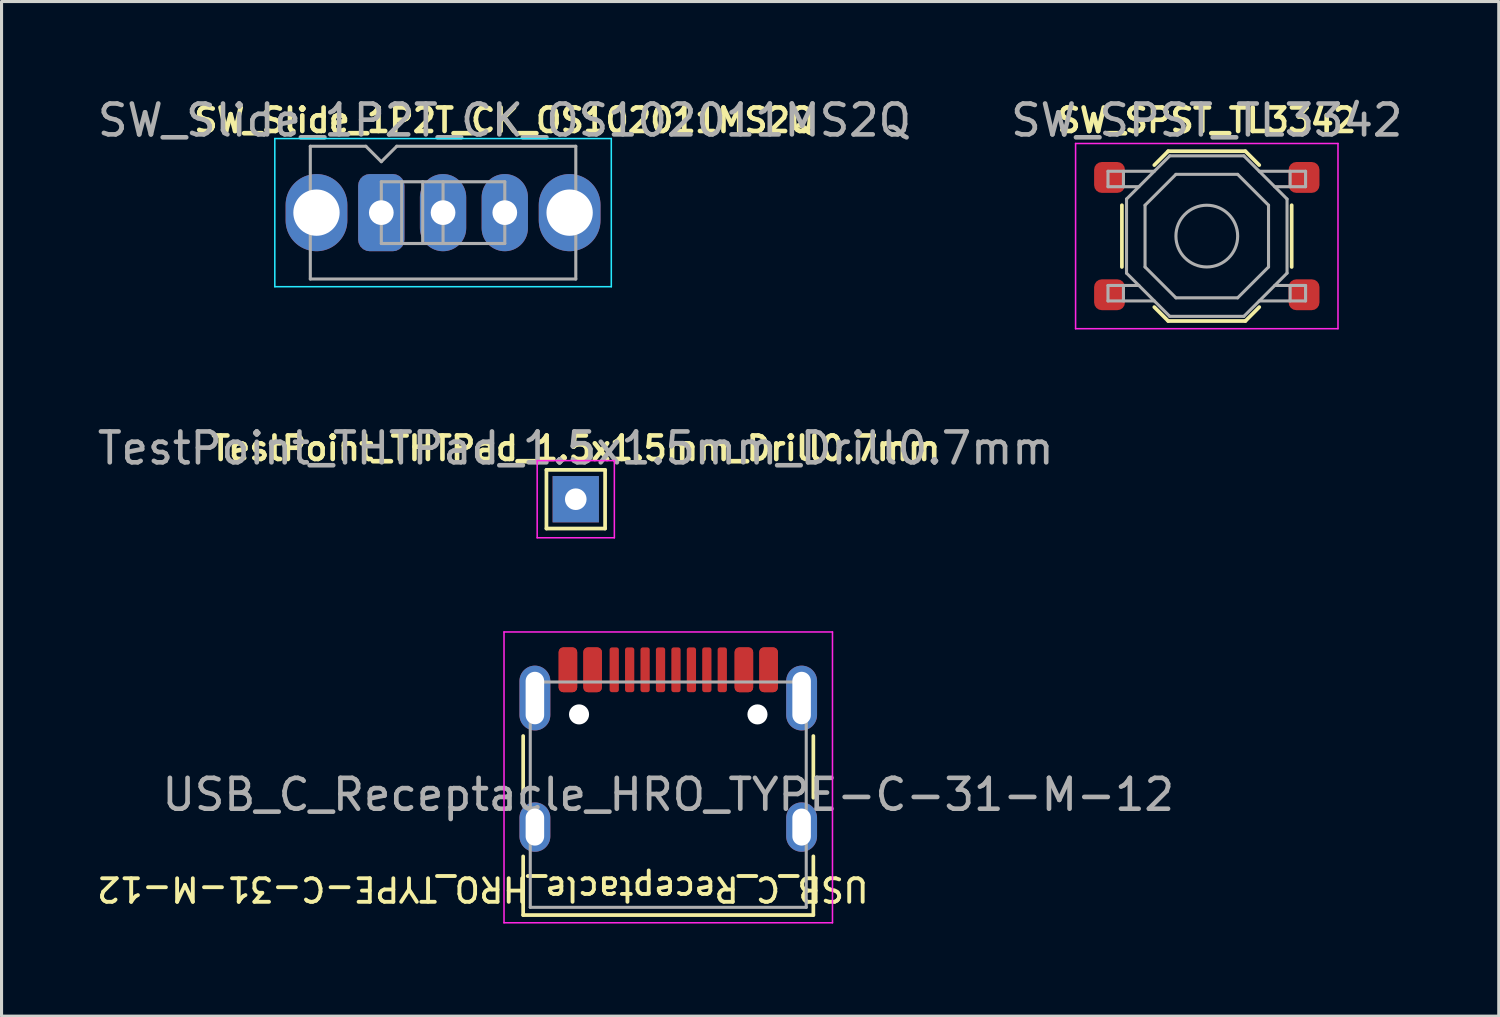
<source format=kicad_pcb>
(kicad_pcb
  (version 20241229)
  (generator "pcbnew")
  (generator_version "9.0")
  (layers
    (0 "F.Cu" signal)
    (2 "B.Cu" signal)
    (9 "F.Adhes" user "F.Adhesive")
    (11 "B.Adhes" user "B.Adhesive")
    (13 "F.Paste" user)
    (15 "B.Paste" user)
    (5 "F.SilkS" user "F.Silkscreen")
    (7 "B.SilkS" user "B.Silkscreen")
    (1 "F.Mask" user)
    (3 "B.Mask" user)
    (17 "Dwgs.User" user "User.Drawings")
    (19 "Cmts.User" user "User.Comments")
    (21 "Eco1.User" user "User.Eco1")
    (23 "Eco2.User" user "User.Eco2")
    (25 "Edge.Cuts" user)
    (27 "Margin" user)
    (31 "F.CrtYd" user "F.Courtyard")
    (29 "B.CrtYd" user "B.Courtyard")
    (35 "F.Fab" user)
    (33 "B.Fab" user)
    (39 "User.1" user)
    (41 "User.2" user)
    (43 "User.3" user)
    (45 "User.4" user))
  (footprint "SW_Slide_1P2T_CK_OS102011MS2Q"
    (layer "F.Cu")
    (at 9.302 3.838)
    (property "Reference" "SW_Slide_1P2T_CK_OS102011MS2Q" (at 3.99 -2.99 180) (layer "F.SilkS") (effects (font (size 0.762 0.762) (thickness 0.15))))
    (attr through_hole)
    (fp_line (start -3.45 -2.4) (end 7.45 -2.4) (stroke (width 0.05) (type solid)) (layer "B.CrtYd"))
    (fp_line (start -3.45 2.4) (end -3.45 -2.4) (stroke (width 0.05) (type solid)) (layer "B.CrtYd"))
    (fp_line (start 7.45 -2.4) (end 7.45 2.4) (stroke (width 0.05) (type solid)) (layer "B.CrtYd"))
    (fp_line (start 7.45 2.4) (end -3.45 2.4) (stroke (width 0.05) (type solid)) (layer "B.CrtYd"))
    (fp_line (start -2.3 -2.15) (end -0.5 -2.15) (stroke (width 0.1) (type solid)) (layer "F.Fab"))
    (fp_line (start -2.3 2.15) (end -2.3 -2.15) (stroke (width 0.1) (type solid)) (layer "F.Fab"))
    (fp_line (start -0.5 -2.15) (end 0 -1.65) (stroke (width 0.1) (type solid)) (layer "F.Fab"))
    (fp_line (start 0 -1.65) (end 0.5 -2.15) (stroke (width 0.1) (type solid)) (layer "F.Fab"))
    (fp_line (start 0 -1) (end 0 1) (stroke (width 0.1) (type solid)) (layer "F.Fab"))
    (fp_line (start 0 -1) (end 4 -1) (stroke (width 0.1) (type solid)) (layer "F.Fab"))
    (fp_line (start 0 1) (end 4 1) (stroke (width 0.1) (type solid)) (layer "F.Fab"))
    (fp_line (start 0.5 -2.15) (end 6.3 -2.15) (stroke (width 0.1) (type solid)) (layer "F.Fab"))
    (fp_line (start 0.66 -1) (end 0.66 1) (stroke (width 0.1) (type solid)) (layer "F.Fab"))
    (fp_line (start 1.34 -1) (end 1.34 1) (stroke (width 0.1) (type solid)) (layer "F.Fab"))
    (fp_line (start 2 -1) (end 2 1) (stroke (width 0.1) (type solid)) (layer "F.Fab"))
    (fp_line (start 4 -1) (end 4 1) (stroke (width 0.1) (type solid)) (layer "F.Fab"))
    (fp_line (start 6.3 -2.15) (end 6.3 2.15) (stroke (width 0.1) (type solid)) (layer "F.Fab"))
    (fp_line (start 6.3 2.15) (end -2.3 2.15) (stroke (width 0.1) (type solid)) (layer "F.Fab"))
    (fp_text user "${REFERENCE}" (at 3.99 -2.99 180) (layer "F.Fab") (effects (font (size 1 1) (thickness 0.15))))
    (pad "" thru_hole oval (at -2.1 0) (size 2 2.5) (drill 1.5) (layers "*.Cu" "*.Mask"))
    (pad "" thru_hole oval (at 6.1 0) (size 2 2.5) (drill 1.5) (layers "*.Cu" "*.Mask"))
    (pad "1" thru_hole roundrect (at 0 0) (size 1.5 2.5) (drill 0.8) (layers "*.Cu" "*.Mask") (roundrect_rratio 0.25))
    (pad "2" thru_hole oval (at 2 0) (size 1.5 2.5) (drill 0.8) (layers "*.Cu" "*.Mask"))
    (pad "3" thru_hole oval (at 4 0) (size 1.5 2.5) (drill 0.8) (layers "*.Cu" "*.Mask")))
  (footprint "SW_SPST_TL3342"
    (layer "F.Cu")
    (at 36.042 4.598)
    (property "Reference" "SW_SPST_TL3342" (at 0 -3.75 0) (layer "F.SilkS") (effects (font (size 0.762 0.762) (thickness 0.15))))
    (attr smd)
    (fp_line (start -2.75 -1) (end -2.75 1) (stroke (width 0.12) (type solid)) (layer "F.SilkS"))
    (fp_line (start -1.7 -2.3) (end -1.25 -2.75) (stroke (width 0.12) (type solid)) (layer "F.SilkS"))
    (fp_line (start -1.7 2.3) (end -1.25 2.75) (stroke (width 0.12) (type solid)) (layer "F.SilkS"))
    (fp_line (start -1.25 -2.75) (end 1.25 -2.75) (stroke (width 0.12) (type solid)) (layer "F.SilkS"))
    (fp_line (start -1.25 2.75) (end 1.25 2.75) (stroke (width 0.12) (type solid)) (layer "F.SilkS"))
    (fp_line (start 1.7 -2.3) (end 1.25 -2.75) (stroke (width 0.12) (type solid)) (layer "F.SilkS"))
    (fp_line (start 1.7 2.3) (end 1.25 2.75) (stroke (width 0.12) (type solid)) (layer "F.SilkS"))
    (fp_line (start 2.75 -1) (end 2.75 1) (stroke (width 0.12) (type solid)) (layer "F.SilkS"))
    (fp_line (start -4.25 -3) (end 4.25 -3) (stroke (width 0.05) (type solid)) (layer "F.CrtYd"))
    (fp_line (start -4.25 3) (end -4.25 -3) (stroke (width 0.05) (type solid)) (layer "F.CrtYd"))
    (fp_line (start 4.25 -3) (end 4.25 3) (stroke (width 0.05) (type solid)) (layer "F.CrtYd"))
    (fp_line (start 4.25 3) (end -4.25 3) (stroke (width 0.05) (type solid)) (layer "F.CrtYd"))
    (fp_line (start -3.2 -2.1) (end -3.2 -1.6) (stroke (width 0.1) (type solid)) (layer "F.Fab"))
    (fp_line (start -3.2 -1.6) (end -2.2 -1.6) (stroke (width 0.1) (type solid)) (layer "F.Fab"))
    (fp_line (start -3.2 1.6) (end -2.2 1.6) (stroke (width 0.1) (type solid)) (layer "F.Fab"))
    (fp_line (start -3.2 2.1) (end -3.2 1.6) (stroke (width 0.1) (type solid)) (layer "F.Fab"))
    (fp_line (start -2.7 -2.1) (end -2.7 -1.6) (stroke (width 0.1) (type solid)) (layer "F.Fab"))
    (fp_line (start -2.7 2.1) (end -2.7 1.6) (stroke (width 0.1) (type solid)) (layer "F.Fab"))
    (fp_line (start -2.6 -1.2) (end -2.6 1.2) (stroke (width 0.1) (type solid)) (layer "F.Fab"))
    (fp_line (start -2.6 1.2) (end -1.2 2.6) (stroke (width 0.1) (type solid)) (layer "F.Fab"))
    (fp_line (start -2 -1) (end -1 -2) (stroke (width 0.1) (type solid)) (layer "F.Fab"))
    (fp_line (start -2 1) (end -2 -1) (stroke (width 0.1) (type solid)) (layer "F.Fab"))
    (fp_line (start -1.7 -2.1) (end -3.2 -2.1) (stroke (width 0.1) (type solid)) (layer "F.Fab"))
    (fp_line (start -1.7 2.1) (end -3.2 2.1) (stroke (width 0.1) (type solid)) (layer "F.Fab"))
    (fp_line (start -1.2 -2.6) (end -2.6 -1.2) (stroke (width 0.1) (type solid)) (layer "F.Fab"))
    (fp_line (start -1.2 2.6) (end 1.2 2.6) (stroke (width 0.1) (type solid)) (layer "F.Fab"))
    (fp_line (start -1 -2) (end 1 -2) (stroke (width 0.1) (type solid)) (layer "F.Fab"))
    (fp_line (start -1 2) (end -2 1) (stroke (width 0.1) (type solid)) (layer "F.Fab"))
    (fp_line (start 1 -2) (end 2 -1) (stroke (width 0.1) (type solid)) (layer "F.Fab"))
    (fp_line (start 1 2) (end -1 2) (stroke (width 0.1) (type solid)) (layer "F.Fab"))
    (fp_line (start 1.2 -2.6) (end -1.2 -2.6) (stroke (width 0.1) (type solid)) (layer "F.Fab"))
    (fp_line (start 1.2 2.6) (end 2.6 1.2) (stroke (width 0.1) (type solid)) (layer "F.Fab"))
    (fp_line (start 1.7 -2.1) (end 3.2 -2.1) (stroke (width 0.1) (type solid)) (layer "F.Fab"))
    (fp_line (start 1.7 2.1) (end 3.2 2.1) (stroke (width 0.1) (type solid)) (layer "F.Fab"))
    (fp_line (start 2 -1) (end 2 1) (stroke (width 0.1) (type solid)) (layer "F.Fab"))
    (fp_line (start 2 1) (end 1 2) (stroke (width 0.1) (type solid)) (layer "F.Fab"))
    (fp_line (start 2.6 -1.2) (end 1.2 -2.6) (stroke (width 0.1) (type solid)) (layer "F.Fab"))
    (fp_line (start 2.6 1.2) (end 2.6 -1.2) (stroke (width 0.1) (type solid)) (layer "F.Fab"))
    (fp_line (start 2.7 -2.1) (end 2.7 -1.6) (stroke (width 0.1) (type solid)) (layer "F.Fab"))
    (fp_line (start 2.7 2.1) (end 2.7 1.6) (stroke (width 0.1) (type solid)) (layer "F.Fab"))
    (fp_line (start 3.2 -2.1) (end 3.2 -1.6) (stroke (width 0.1) (type solid)) (layer "F.Fab"))
    (fp_line (start 3.2 -1.6) (end 2.2 -1.6) (stroke (width 0.1) (type solid)) (layer "F.Fab"))
    (fp_line (start 3.2 1.6) (end 2.2 1.6) (stroke (width 0.1) (type solid)) (layer "F.Fab"))
    (fp_line (start 3.2 2.1) (end 3.2 1.6) (stroke (width 0.1) (type solid)) (layer "F.Fab"))
    (fp_circle (center 0 0) (end 1 0) (stroke (width 0.1) (type solid)) (fill no) (layer "F.Fab"))
    (fp_text user "${REFERENCE}" (at 0 -3.75 0) (layer "F.Fab") (effects (font (size 1 1) (thickness 0.15))))
    (pad "1" smd roundrect (at -3.15 -1.9) (size 1 1) (layers "F.Cu" "F.Mask" "F.Paste") (roundrect_rratio 0.25))
    (pad "1" smd roundrect (at 3.15 -1.9) (size 1 1) (layers "F.Cu" "F.Mask" "F.Paste") (roundrect_rratio 0.25))
    (pad "2" smd roundrect (at -3.15 1.9) (size 1 1) (layers "F.Cu" "F.Mask" "F.Paste") (roundrect_rratio 0.25))
    (pad "2" smd roundrect (at 3.15 1.9) (size 1 1) (layers "F.Cu" "F.Mask" "F.Paste") (roundrect_rratio 0.25)))
  (footprint "TestPoint_THTPad_1.5x1.5mm_Drill0.7mm"
    (layer "F.Cu")
    (at 15.601 13.121)
    (property "Reference" "TestPoint_THTPad_1.5x1.5mm_Drill0.7mm" (at 0 -1.648 0) (layer "F.SilkS") (effects (font (size 0.762 0.762) (thickness 0.15))))
    (attr exclude_from_pos_files)
    (fp_line (start -0.95 -0.95) (end 0.95 -0.95) (stroke (width 0.12) (type solid)) (layer "F.SilkS"))
    (fp_line (start -0.95 0.95) (end -0.95 -0.95) (stroke (width 0.12) (type solid)) (layer "F.SilkS"))
    (fp_line (start 0.95 -0.95) (end 0.95 0.95) (stroke (width 0.12) (type solid)) (layer "F.SilkS"))
    (fp_line (start 0.95 0.95) (end -0.95 0.95) (stroke (width 0.12) (type solid)) (layer "F.SilkS"))
    (fp_line (start -1.25 -1.25) (end -1.25 1.25) (stroke (width 0.05) (type solid)) (layer "F.CrtYd"))
    (fp_line (start -1.25 -1.25) (end 1.25 -1.25) (stroke (width 0.05) (type solid)) (layer "F.CrtYd"))
    (fp_line (start 1.25 1.25) (end -1.25 1.25) (stroke (width 0.05) (type solid)) (layer "F.CrtYd"))
    (fp_line (start 1.25 1.25) (end 1.25 -1.25) (stroke (width 0.05) (type solid)) (layer "F.CrtYd"))
    (fp_text user "${REFERENCE}" (at 0 -1.65 0) (layer "F.Fab") (effects (font (size 1 1) (thickness 0.15))))
    (pad "1" thru_hole rect (at 0 0) (size 1.5 1.5) (drill 0.7) (layers "*.Cu" "*.Mask")))
  (footprint "USB_C_Receptacle_HRO_TYPE-C-31-M-12"
    (layer "F.Cu")
    (at 18.597 22.692)
    (property "Reference" "USB_C_Receptacle_HRO_TYPE-C-31-M-12" (at -6.003 3.054 180) (unlocked yes) (layer "F.SilkS") (effects (font (size 0.762 0.762) (thickness 0.125))))
    (attr smd)
    (fp_line (start -4.7 -1.9) (end -4.7 0.1) (stroke (width 0.12) (type solid)) (layer "F.SilkS"))
    (fp_line (start -4.7 2) (end -4.7 3.9) (stroke (width 0.12) (type solid)) (layer "F.SilkS"))
    (fp_line (start -4.7 3.9) (end 4.7 3.9) (stroke (width 0.12) (type solid)) (layer "F.SilkS"))
    (fp_line (start 4.7 -1.9) (end 4.7 0.1) (stroke (width 0.12) (type solid)) (layer "F.SilkS"))
    (fp_line (start 4.7 2) (end 4.7 3.9) (stroke (width 0.12) (type solid)) (layer "F.SilkS"))
    (fp_line (start -5.32 -5.27) (end -5.32 4.15) (stroke (width 0.05) (type solid)) (layer "F.CrtYd"))
    (fp_line (start -5.32 -5.27) (end 5.32 -5.27) (stroke (width 0.05) (type solid)) (layer "F.CrtYd"))
    (fp_line (start -5.32 4.15) (end 5.32 4.15) (stroke (width 0.05) (type solid)) (layer "F.CrtYd"))
    (fp_line (start 5.32 -5.27) (end 5.32 4.15) (stroke (width 0.05) (type solid)) (layer "F.CrtYd"))
    (fp_line (start -4.47 -3.65) (end -4.47 3.65) (stroke (width 0.1) (type solid)) (layer "F.Fab"))
    (fp_line (start -4.47 -3.65) (end 4.47 -3.65) (stroke (width 0.1) (type solid)) (layer "F.Fab"))
    (fp_line (start -4.47 3.65) (end 4.47 3.65) (stroke (width 0.1) (type solid)) (layer "F.Fab"))
    (fp_line (start 4.47 -3.65) (end 4.47 3.65) (stroke (width 0.1) (type solid)) (layer "F.Fab"))
    (fp_text user "${REFERENCE}" (at 0 0 180) (layer "F.Fab") (effects (font (size 1 1) (thickness 0.15))))
    (pad "" np_thru_hole circle (at -2.89 -2.6) (size 0.65 0.65) (drill 0.65) (layers "*.Cu" "*.Mask"))
    (pad "" np_thru_hole circle (at 2.89 -2.6) (size 0.65 0.65) (drill 0.65) (layers "*.Cu" "*.Mask"))
    (pad "A1" smd roundrect (at -3.25 -4.045) (size 0.6 1.45) (layers "F.Cu" "F.Mask" "F.Paste") (roundrect_rratio 0.25))
    (pad "A4" smd roundrect (at -2.45 -4.045) (size 0.6 1.45) (layers "F.Cu" "F.Mask" "F.Paste") (roundrect_rratio 0.25))
    (pad "A5" smd roundrect (at -1.25 -4.045) (size 0.3 1.45) (layers "F.Cu" "F.Mask" "F.Paste") (roundrect_rratio 0.25))
    (pad "A6" smd roundrect (at -0.25 -4.045) (size 0.3 1.45) (layers "F.Cu" "F.Mask" "F.Paste") (roundrect_rratio 0.25))
    (pad "A7" smd roundrect (at 0.25 -4.045) (size 0.3 1.45) (layers "F.Cu" "F.Mask" "F.Paste") (roundrect_rratio 0.25))
    (pad "A8" smd roundrect (at 1.25 -4.045) (size 0.3 1.45) (layers "F.Cu" "F.Mask" "F.Paste") (roundrect_rratio 0.25))
    (pad "A9" smd roundrect (at 2.45 -4.045) (size 0.6 1.45) (layers "F.Cu" "F.Mask" "F.Paste") (roundrect_rratio 0.25))
    (pad "A12" smd roundrect (at 3.25 -4.045) (size 0.6 1.45) (layers "F.Cu" "F.Mask" "F.Paste") (roundrect_rratio 0.25))
    (pad "B1" smd roundrect (at 3.25 -4.045) (size 0.6 1.45) (layers "F.Cu" "F.Mask" "F.Paste") (roundrect_rratio 0.25))
    (pad "B4" smd roundrect (at 2.45 -4.045) (size 0.6 1.45) (layers "F.Cu" "F.Mask" "F.Paste") (roundrect_rratio 0.25))
    (pad "B5" smd roundrect (at 1.75 -4.045) (size 0.3 1.45) (layers "F.Cu" "F.Mask" "F.Paste") (roundrect_rratio 0.25))
    (pad "B6" smd roundrect (at 0.75 -4.045) (size 0.3 1.45) (layers "F.Cu" "F.Mask" "F.Paste") (roundrect_rratio 0.25))
    (pad "B7" smd roundrect (at -0.75 -4.045) (size 0.3 1.45) (layers "F.Cu" "F.Mask" "F.Paste") (roundrect_rratio 0.25))
    (pad "B8" smd roundrect (at -1.75 -4.045) (size 0.3 1.45) (layers "F.Cu" "F.Mask" "F.Paste") (roundrect_rratio 0.25))
    (pad "B9" smd roundrect (at -2.45 -4.045) (size 0.6 1.45) (layers "F.Cu" "F.Mask" "F.Paste") (roundrect_rratio 0.25))
    (pad "B12" smd roundrect (at -3.25 -4.045) (size 0.6 1.45) (layers "F.Cu" "F.Mask" "F.Paste") (roundrect_rratio 0.25))
    (pad "S1" thru_hole oval (at -4.32 -3.13) (size 1 2.1) (drill oval 0.6 1.7) (layers "*.Cu" "*.Mask"))
    (pad "S1" thru_hole oval (at -4.32 1.05) (size 1 1.6) (drill oval 0.6 1.2) (layers "*.Cu" "*.Mask"))
    (pad "S1" thru_hole oval (at 4.32 -3.13) (size 1 2.1) (drill oval 0.6 1.7) (layers "*.Cu" "*.Mask"))
    (pad "S1" thru_hole oval (at 4.32 1.05) (size 1 1.6) (drill oval 0.6 1.2) (layers "*.Cu" "*.Mask")))
  (gr_rect
    (start -3 -3)
    (end 45.5 29.866)
    (stroke (width 0.1) (type default))
    (fill no)
    (layer "Edge.Cuts")))
</source>
